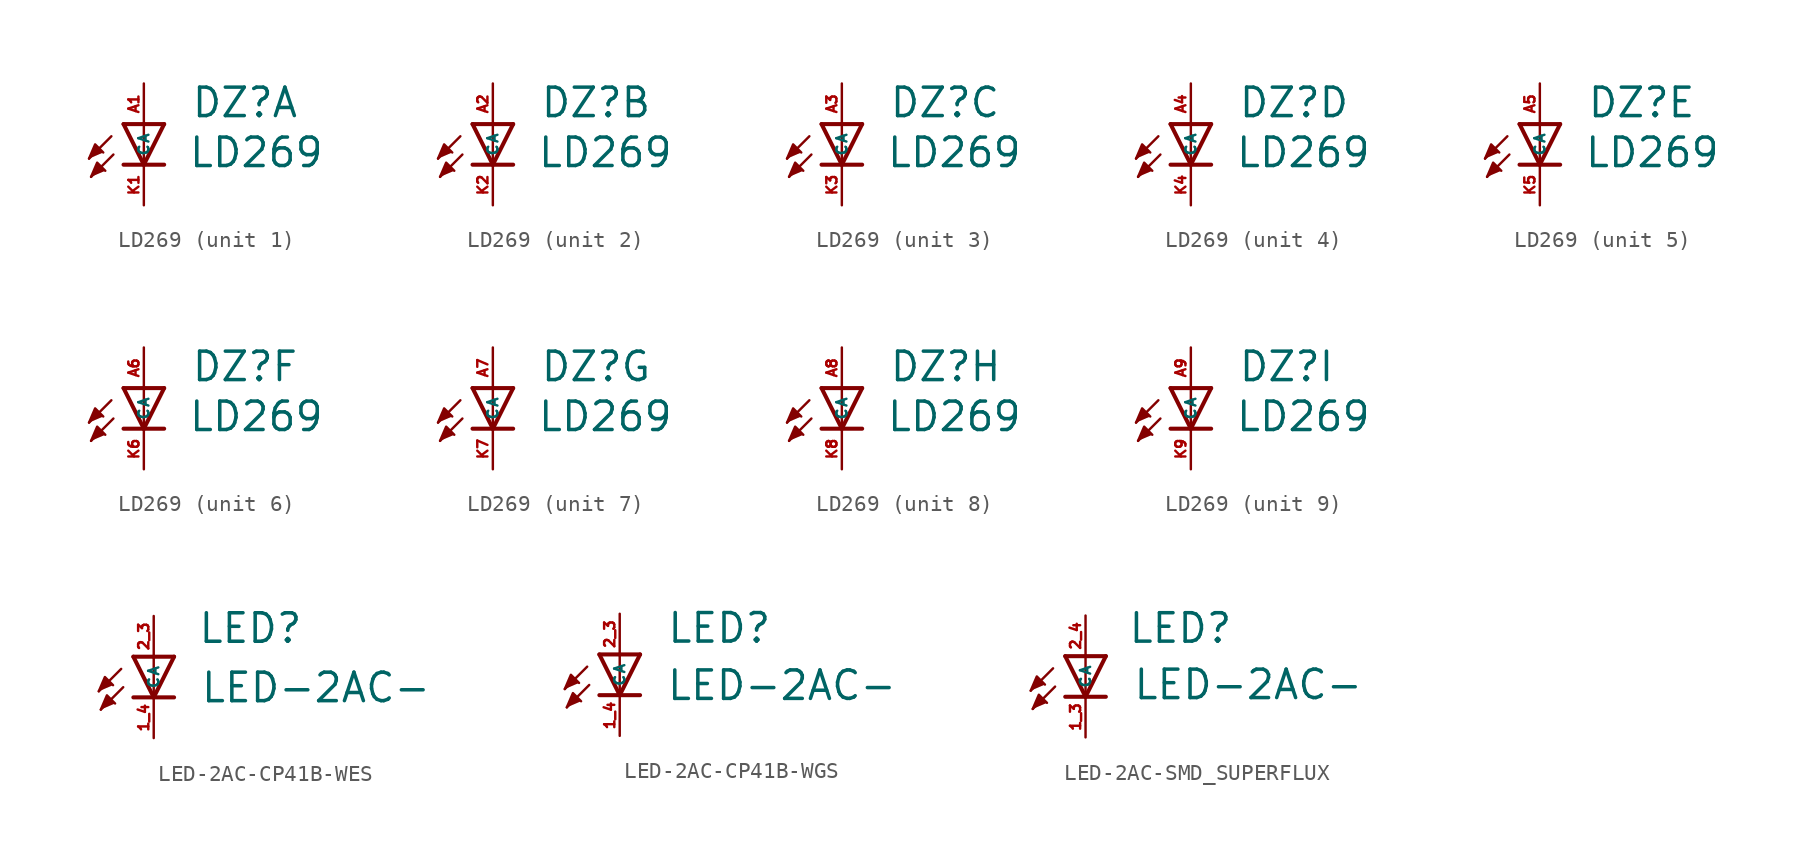
<source format=kicad_sym>
(kicad_symbol_lib
  (version 20220914)
  (generator kicad_symbol_editor)
  (symbol "LD269"
    (property "Reference" "DZ"
      (at 2.921 0.305 0)
      (effects (font (size 1.778 1.778) (thickness 0.22)) (justify left bottom)))
    (property "Value" "LD269"
      (at 2.743 -2.819 0)
      (effects (font (size 1.778 1.778) (thickness 0.22)) (justify left bottom)))
    (symbol "LD269_1_0"
      (polyline (pts (xy -2.032 -0.762) (xy -3.429 -2.159)) (stroke (width 0.152) (type default)) (fill (type none)))
      (polyline (pts (xy -1.905 -1.905) (xy -3.302 -3.302)) (stroke (width 0.152) (type default)) (fill (type none)))
      (polyline (pts (xy 0 -2.54) (xy -1.27 -2.54)) (stroke (width 0.254) (type default)) (fill (type none)))
      (polyline (pts (xy 0 -2.54) (xy -1.27 0)) (stroke (width 0.254) (type default)) (fill (type none)))
      (polyline (pts (xy 0 0) (xy -1.27 0)) (stroke (width 0.254) (type default)) (fill (type none)))
      (polyline (pts (xy 0 0) (xy 0 -2.54)) (stroke (width 0.152) (type default)) (fill (type none)))
      (polyline (pts (xy 1.27 -2.54) (xy 0 -2.54)) (stroke (width 0.254) (type default)) (fill (type none)))
      (polyline (pts (xy 1.27 0) (xy 0 -2.54)) (stroke (width 0.254) (type default)) (fill (type none)))
      (polyline (pts (xy 1.27 0) (xy 0 0)) (stroke (width 0.254) (type default)) (fill (type none)))
      (polyline (pts (xy -3.429 -2.159) (xy -3.048 -1.27) (xy -2.54 -1.778)) (stroke (width 0.152) (type default)) (fill (type outline)))
      (polyline (pts (xy -3.302 -3.302) (xy -2.921 -2.413) (xy -2.413 -2.921)) (stroke (width 0.152) (type default)) (fill (type outline)))
      (pin passive line (at 0 2.54 270) (length 2.54) (name "A" (effects (font (size 0.635 0.635)))) (number "A1" (effects (font (size 0.635 0.635)))))
      (pin passive line (at 0 -5.08 90) (length 2.54) (name "C" (effects (font (size 0.635 0.635)))) (number "K1" (effects (font (size 0.635 0.635))))))
    (symbol "LD269_2_0"
      (polyline (pts (xy -2.032 -0.762) (xy -3.429 -2.159)) (stroke (width 0.152) (type default)) (fill (type none)))
      (polyline (pts (xy -1.905 -1.905) (xy -3.302 -3.302)) (stroke (width 0.152) (type default)) (fill (type none)))
      (polyline (pts (xy 0 -2.54) (xy -1.27 -2.54)) (stroke (width 0.254) (type default)) (fill (type none)))
      (polyline (pts (xy 0 -2.54) (xy -1.27 0)) (stroke (width 0.254) (type default)) (fill (type none)))
      (polyline (pts (xy 0 0) (xy -1.27 0)) (stroke (width 0.254) (type default)) (fill (type none)))
      (polyline (pts (xy 0 0) (xy 0 -2.54)) (stroke (width 0.152) (type default)) (fill (type none)))
      (polyline (pts (xy 1.27 -2.54) (xy 0 -2.54)) (stroke (width 0.254) (type default)) (fill (type none)))
      (polyline (pts (xy 1.27 0) (xy 0 -2.54)) (stroke (width 0.254) (type default)) (fill (type none)))
      (polyline (pts (xy 1.27 0) (xy 0 0)) (stroke (width 0.254) (type default)) (fill (type none)))
      (polyline (pts (xy -3.429 -2.159) (xy -3.048 -1.27) (xy -2.54 -1.778)) (stroke (width 0.152) (type default)) (fill (type outline)))
      (polyline (pts (xy -3.302 -3.302) (xy -2.921 -2.413) (xy -2.413 -2.921)) (stroke (width 0.152) (type default)) (fill (type outline)))
      (pin passive line (at 0 2.54 270) (length 2.54) (name "A" (effects (font (size 0.635 0.635)))) (number "A2" (effects (font (size 0.635 0.635)))))
      (pin passive line (at 0 -5.08 90) (length 2.54) (name "C" (effects (font (size 0.635 0.635)))) (number "K2" (effects (font (size 0.635 0.635))))))
    (symbol "LD269_3_0"
      (polyline (pts (xy -2.032 -0.762) (xy -3.429 -2.159)) (stroke (width 0.152) (type default)) (fill (type none)))
      (polyline (pts (xy -1.905 -1.905) (xy -3.302 -3.302)) (stroke (width 0.152) (type default)) (fill (type none)))
      (polyline (pts (xy 0 -2.54) (xy -1.27 -2.54)) (stroke (width 0.254) (type default)) (fill (type none)))
      (polyline (pts (xy 0 -2.54) (xy -1.27 0)) (stroke (width 0.254) (type default)) (fill (type none)))
      (polyline (pts (xy 0 0) (xy -1.27 0)) (stroke (width 0.254) (type default)) (fill (type none)))
      (polyline (pts (xy 0 0) (xy 0 -2.54)) (stroke (width 0.152) (type default)) (fill (type none)))
      (polyline (pts (xy 1.27 -2.54) (xy 0 -2.54)) (stroke (width 0.254) (type default)) (fill (type none)))
      (polyline (pts (xy 1.27 0) (xy 0 -2.54)) (stroke (width 0.254) (type default)) (fill (type none)))
      (polyline (pts (xy 1.27 0) (xy 0 0)) (stroke (width 0.254) (type default)) (fill (type none)))
      (polyline (pts (xy -3.429 -2.159) (xy -3.048 -1.27) (xy -2.54 -1.778)) (stroke (width 0.152) (type default)) (fill (type outline)))
      (polyline (pts (xy -3.302 -3.302) (xy -2.921 -2.413) (xy -2.413 -2.921)) (stroke (width 0.152) (type default)) (fill (type outline)))
      (pin passive line (at 0 2.54 270) (length 2.54) (name "A" (effects (font (size 0.635 0.635)))) (number "A3" (effects (font (size 0.635 0.635)))))
      (pin passive line (at 0 -5.08 90) (length 2.54) (name "C" (effects (font (size 0.635 0.635)))) (number "K3" (effects (font (size 0.635 0.635))))))
    (symbol "LD269_4_0"
      (polyline (pts (xy -2.032 -0.762) (xy -3.429 -2.159)) (stroke (width 0.152) (type default)) (fill (type none)))
      (polyline (pts (xy -1.905 -1.905) (xy -3.302 -3.302)) (stroke (width 0.152) (type default)) (fill (type none)))
      (polyline (pts (xy 0 -2.54) (xy -1.27 -2.54)) (stroke (width 0.254) (type default)) (fill (type none)))
      (polyline (pts (xy 0 -2.54) (xy -1.27 0)) (stroke (width 0.254) (type default)) (fill (type none)))
      (polyline (pts (xy 0 0) (xy -1.27 0)) (stroke (width 0.254) (type default)) (fill (type none)))
      (polyline (pts (xy 0 0) (xy 0 -2.54)) (stroke (width 0.152) (type default)) (fill (type none)))
      (polyline (pts (xy 1.27 -2.54) (xy 0 -2.54)) (stroke (width 0.254) (type default)) (fill (type none)))
      (polyline (pts (xy 1.27 0) (xy 0 -2.54)) (stroke (width 0.254) (type default)) (fill (type none)))
      (polyline (pts (xy 1.27 0) (xy 0 0)) (stroke (width 0.254) (type default)) (fill (type none)))
      (polyline (pts (xy -3.429 -2.159) (xy -3.048 -1.27) (xy -2.54 -1.778)) (stroke (width 0.152) (type default)) (fill (type outline)))
      (polyline (pts (xy -3.302 -3.302) (xy -2.921 -2.413) (xy -2.413 -2.921)) (stroke (width 0.152) (type default)) (fill (type outline)))
      (pin passive line (at 0 2.54 270) (length 2.54) (name "A" (effects (font (size 0.635 0.635)))) (number "A4" (effects (font (size 0.635 0.635)))))
      (pin passive line (at 0 -5.08 90) (length 2.54) (name "C" (effects (font (size 0.635 0.635)))) (number "K4" (effects (font (size 0.635 0.635))))))
    (symbol "LD269_5_0"
      (polyline (pts (xy -2.032 -0.762) (xy -3.429 -2.159)) (stroke (width 0.152) (type default)) (fill (type none)))
      (polyline (pts (xy -1.905 -1.905) (xy -3.302 -3.302)) (stroke (width 0.152) (type default)) (fill (type none)))
      (polyline (pts (xy 0 -2.54) (xy -1.27 -2.54)) (stroke (width 0.254) (type default)) (fill (type none)))
      (polyline (pts (xy 0 -2.54) (xy -1.27 0)) (stroke (width 0.254) (type default)) (fill (type none)))
      (polyline (pts (xy 0 0) (xy -1.27 0)) (stroke (width 0.254) (type default)) (fill (type none)))
      (polyline (pts (xy 0 0) (xy 0 -2.54)) (stroke (width 0.152) (type default)) (fill (type none)))
      (polyline (pts (xy 1.27 -2.54) (xy 0 -2.54)) (stroke (width 0.254) (type default)) (fill (type none)))
      (polyline (pts (xy 1.27 0) (xy 0 -2.54)) (stroke (width 0.254) (type default)) (fill (type none)))
      (polyline (pts (xy 1.27 0) (xy 0 0)) (stroke (width 0.254) (type default)) (fill (type none)))
      (polyline (pts (xy -3.429 -2.159) (xy -3.048 -1.27) (xy -2.54 -1.778)) (stroke (width 0.152) (type default)) (fill (type outline)))
      (polyline (pts (xy -3.302 -3.302) (xy -2.921 -2.413) (xy -2.413 -2.921)) (stroke (width 0.152) (type default)) (fill (type outline)))
      (pin passive line (at 0 2.54 270) (length 2.54) (name "A" (effects (font (size 0.635 0.635)))) (number "A5" (effects (font (size 0.635 0.635)))))
      (pin passive line (at 0 -5.08 90) (length 2.54) (name "C" (effects (font (size 0.635 0.635)))) (number "K5" (effects (font (size 0.635 0.635))))))
    (symbol "LD269_6_0"
      (polyline (pts (xy -2.032 -0.762) (xy -3.429 -2.159)) (stroke (width 0.152) (type default)) (fill (type none)))
      (polyline (pts (xy -1.905 -1.905) (xy -3.302 -3.302)) (stroke (width 0.152) (type default)) (fill (type none)))
      (polyline (pts (xy 0 -2.54) (xy -1.27 -2.54)) (stroke (width 0.254) (type default)) (fill (type none)))
      (polyline (pts (xy 0 -2.54) (xy -1.27 0)) (stroke (width 0.254) (type default)) (fill (type none)))
      (polyline (pts (xy 0 0) (xy -1.27 0)) (stroke (width 0.254) (type default)) (fill (type none)))
      (polyline (pts (xy 0 0) (xy 0 -2.54)) (stroke (width 0.152) (type default)) (fill (type none)))
      (polyline (pts (xy 1.27 -2.54) (xy 0 -2.54)) (stroke (width 0.254) (type default)) (fill (type none)))
      (polyline (pts (xy 1.27 0) (xy 0 -2.54)) (stroke (width 0.254) (type default)) (fill (type none)))
      (polyline (pts (xy 1.27 0) (xy 0 0)) (stroke (width 0.254) (type default)) (fill (type none)))
      (polyline (pts (xy -3.429 -2.159) (xy -3.048 -1.27) (xy -2.54 -1.778)) (stroke (width 0.152) (type default)) (fill (type outline)))
      (polyline (pts (xy -3.302 -3.302) (xy -2.921 -2.413) (xy -2.413 -2.921)) (stroke (width 0.152) (type default)) (fill (type outline)))
      (pin passive line (at 0 2.54 270) (length 2.54) (name "A" (effects (font (size 0.635 0.635)))) (number "A6" (effects (font (size 0.635 0.635)))))
      (pin passive line (at 0 -5.08 90) (length 2.54) (name "C" (effects (font (size 0.635 0.635)))) (number "K6" (effects (font (size 0.635 0.635))))))
    (symbol "LD269_7_0"
      (polyline (pts (xy -2.032 -0.762) (xy -3.429 -2.159)) (stroke (width 0.152) (type default)) (fill (type none)))
      (polyline (pts (xy -1.905 -1.905) (xy -3.302 -3.302)) (stroke (width 0.152) (type default)) (fill (type none)))
      (polyline (pts (xy 0 -2.54) (xy -1.27 -2.54)) (stroke (width 0.254) (type default)) (fill (type none)))
      (polyline (pts (xy 0 -2.54) (xy -1.27 0)) (stroke (width 0.254) (type default)) (fill (type none)))
      (polyline (pts (xy 0 0) (xy -1.27 0)) (stroke (width 0.254) (type default)) (fill (type none)))
      (polyline (pts (xy 0 0) (xy 0 -2.54)) (stroke (width 0.152) (type default)) (fill (type none)))
      (polyline (pts (xy 1.27 -2.54) (xy 0 -2.54)) (stroke (width 0.254) (type default)) (fill (type none)))
      (polyline (pts (xy 1.27 0) (xy 0 -2.54)) (stroke (width 0.254) (type default)) (fill (type none)))
      (polyline (pts (xy 1.27 0) (xy 0 0)) (stroke (width 0.254) (type default)) (fill (type none)))
      (polyline (pts (xy -3.429 -2.159) (xy -3.048 -1.27) (xy -2.54 -1.778)) (stroke (width 0.152) (type default)) (fill (type outline)))
      (polyline (pts (xy -3.302 -3.302) (xy -2.921 -2.413) (xy -2.413 -2.921)) (stroke (width 0.152) (type default)) (fill (type outline)))
      (pin passive line (at 0 2.54 270) (length 2.54) (name "A" (effects (font (size 0.635 0.635)))) (number "A7" (effects (font (size 0.635 0.635)))))
      (pin passive line (at 0 -5.08 90) (length 2.54) (name "C" (effects (font (size 0.635 0.635)))) (number "K7" (effects (font (size 0.635 0.635))))))
    (symbol "LD269_8_0"
      (polyline (pts (xy -2.032 -0.762) (xy -3.429 -2.159)) (stroke (width 0.152) (type default)) (fill (type none)))
      (polyline (pts (xy -1.905 -1.905) (xy -3.302 -3.302)) (stroke (width 0.152) (type default)) (fill (type none)))
      (polyline (pts (xy 0 -2.54) (xy -1.27 -2.54)) (stroke (width 0.254) (type default)) (fill (type none)))
      (polyline (pts (xy 0 -2.54) (xy -1.27 0)) (stroke (width 0.254) (type default)) (fill (type none)))
      (polyline (pts (xy 0 0) (xy -1.27 0)) (stroke (width 0.254) (type default)) (fill (type none)))
      (polyline (pts (xy 0 0) (xy 0 -2.54)) (stroke (width 0.152) (type default)) (fill (type none)))
      (polyline (pts (xy 1.27 -2.54) (xy 0 -2.54)) (stroke (width 0.254) (type default)) (fill (type none)))
      (polyline (pts (xy 1.27 0) (xy 0 -2.54)) (stroke (width 0.254) (type default)) (fill (type none)))
      (polyline (pts (xy 1.27 0) (xy 0 0)) (stroke (width 0.254) (type default)) (fill (type none)))
      (polyline (pts (xy -3.429 -2.159) (xy -3.048 -1.27) (xy -2.54 -1.778)) (stroke (width 0.152) (type default)) (fill (type outline)))
      (polyline (pts (xy -3.302 -3.302) (xy -2.921 -2.413) (xy -2.413 -2.921)) (stroke (width 0.152) (type default)) (fill (type outline)))
      (pin passive line (at 0 2.54 270) (length 2.54) (name "A" (effects (font (size 0.635 0.635)))) (number "A8" (effects (font (size 0.635 0.635)))))
      (pin passive line (at 0 -5.08 90) (length 2.54) (name "C" (effects (font (size 0.635 0.635)))) (number "K8" (effects (font (size 0.635 0.635))))))
    (symbol "LD269_9_0"
      (polyline (pts (xy -2.032 -0.762) (xy -3.429 -2.159)) (stroke (width 0.152) (type default)) (fill (type none)))
      (polyline (pts (xy -1.905 -1.905) (xy -3.302 -3.302)) (stroke (width 0.152) (type default)) (fill (type none)))
      (polyline (pts (xy 0 -2.54) (xy -1.27 -2.54)) (stroke (width 0.254) (type default)) (fill (type none)))
      (polyline (pts (xy 0 -2.54) (xy -1.27 0)) (stroke (width 0.254) (type default)) (fill (type none)))
      (polyline (pts (xy 0 0) (xy -1.27 0)) (stroke (width 0.254) (type default)) (fill (type none)))
      (polyline (pts (xy 0 0) (xy 0 -2.54)) (stroke (width 0.152) (type default)) (fill (type none)))
      (polyline (pts (xy 1.27 -2.54) (xy 0 -2.54)) (stroke (width 0.254) (type default)) (fill (type none)))
      (polyline (pts (xy 1.27 0) (xy 0 -2.54)) (stroke (width 0.254) (type default)) (fill (type none)))
      (polyline (pts (xy 1.27 0) (xy 0 0)) (stroke (width 0.254) (type default)) (fill (type none)))
      (polyline (pts (xy -3.429 -2.159) (xy -3.048 -1.27) (xy -2.54 -1.778)) (stroke (width 0.152) (type default)) (fill (type outline)))
      (polyline (pts (xy -3.302 -3.302) (xy -2.921 -2.413) (xy -2.413 -2.921)) (stroke (width 0.152) (type default)) (fill (type outline)))
      (pin passive line (at 0 2.54 270) (length 2.54) (name "A" (effects (font (size 0.635 0.635)))) (number "A9" (effects (font (size 0.635 0.635)))))
      (pin passive line (at 0 -5.08 90) (length 2.54) (name "C" (effects (font (size 0.635 0.635)))) (number "K9" (effects (font (size 0.635 0.635)))))))
  (symbol "LED-2AC-CP41B-WES"
    (property "Reference" "LED"
      (at 2.718 0.737 0)
      (effects (font (size 1.778 1.778) (thickness 0.22)) (justify left bottom)))
    (property "Value" "LED-2AC-"
      (at 2.87 -2.972 0)
      (effects (font (size 1.778 1.778) (thickness 0.22)) (justify left bottom)))
    (symbol "LED-2AC-CP41B-WES_1_1"
      (polyline (pts (xy -2.032 -0.762) (xy -3.429 -2.159)) (stroke (width 0.152) (type default)) (fill (type none)))
      (polyline (pts (xy -1.905 -1.905) (xy -3.302 -3.302)) (stroke (width 0.152) (type default)) (fill (type none)))
      (polyline (pts (xy 0 -2.54) (xy -1.27 -2.54)) (stroke (width 0.254) (type default)) (fill (type none)))
      (polyline (pts (xy 0 -2.54) (xy -1.27 0)) (stroke (width 0.254) (type default)) (fill (type none)))
      (polyline (pts (xy 0 0) (xy -1.27 0)) (stroke (width 0.254) (type default)) (fill (type none)))
      (polyline (pts (xy 0 0) (xy 0 -2.54)) (stroke (width 0.152) (type default)) (fill (type none)))
      (polyline (pts (xy 1.27 -2.54) (xy 0 -2.54)) (stroke (width 0.254) (type default)) (fill (type none)))
      (polyline (pts (xy 1.27 0) (xy 0 -2.54)) (stroke (width 0.254) (type default)) (fill (type none)))
      (polyline (pts (xy 1.27 0) (xy 0 0)) (stroke (width 0.254) (type default)) (fill (type none)))
      (polyline (pts (xy -3.429 -2.159) (xy -3.048 -1.27) (xy -2.54 -1.778)) (stroke (width 0.152) (type default)) (fill (type outline)))
      (polyline (pts (xy -3.302 -3.302) (xy -2.921 -2.413) (xy -2.413 -2.921)) (stroke (width 0.152) (type default)) (fill (type outline)))
      (pin passive line (at 0 -5.08 90) (length 2.54) (name "C" (effects (font (size 0.635 0.635)))) (number "1_4" (effects (font (size 0.635 0.635)))))
      (pin passive line (at 0 2.54 270) (length 2.54) (name "A" (effects (font (size 0.635 0.635)))) (number "2_3" (effects (font (size 0.635 0.635)))))))
  (symbol "LED-2AC-CP41B-WGS"
    (property "Reference" "LED"
      (at 2.896 0.61 0)
      (effects (font (size 1.778 1.778) (thickness 0.22)) (justify left bottom)))
    (property "Value" "LED-2AC-"
      (at 2.87 -2.972 0)
      (effects (font (size 1.778 1.778) (thickness 0.22)) (justify left bottom)))
    (symbol "LED-2AC-CP41B-WGS_1_1"
      (polyline (pts (xy -2.032 -0.762) (xy -3.429 -2.159)) (stroke (width 0.152) (type default)) (fill (type none)))
      (polyline (pts (xy -1.905 -1.905) (xy -3.302 -3.302)) (stroke (width 0.152) (type default)) (fill (type none)))
      (polyline (pts (xy 0 -2.54) (xy -1.27 -2.54)) (stroke (width 0.254) (type default)) (fill (type none)))
      (polyline (pts (xy 0 -2.54) (xy -1.27 0)) (stroke (width 0.254) (type default)) (fill (type none)))
      (polyline (pts (xy 0 0) (xy -1.27 0)) (stroke (width 0.254) (type default)) (fill (type none)))
      (polyline (pts (xy 0 0) (xy 0 -2.54)) (stroke (width 0.152) (type default)) (fill (type none)))
      (polyline (pts (xy 1.27 -2.54) (xy 0 -2.54)) (stroke (width 0.254) (type default)) (fill (type none)))
      (polyline (pts (xy 1.27 0) (xy 0 -2.54)) (stroke (width 0.254) (type default)) (fill (type none)))
      (polyline (pts (xy 1.27 0) (xy 0 0)) (stroke (width 0.254) (type default)) (fill (type none)))
      (polyline (pts (xy -3.429 -2.159) (xy -3.048 -1.27) (xy -2.54 -1.778)) (stroke (width 0.152) (type default)) (fill (type outline)))
      (polyline (pts (xy -3.302 -3.302) (xy -2.921 -2.413) (xy -2.413 -2.921)) (stroke (width 0.152) (type default)) (fill (type outline)))
      (pin passive line (at 0 -5.08 90) (length 2.54) (name "C" (effects (font (size 0.635 0.635)))) (number "1_4" (effects (font (size 0.635 0.635)))))
      (pin passive line (at 0 2.54 270) (length 2.54) (name "A" (effects (font (size 0.635 0.635)))) (number "2_3" (effects (font (size 0.635 0.635)))))))
  (symbol "LED-2AC-SMD_SUPERFLUX"
    (property "Reference" "LED"
      (at 2.616 0.711 0)
      (effects (font (size 1.778 1.778) (thickness 0.22)) (justify left bottom)))
    (property "Value" "LED-2AC-"
      (at 2.921 -2.819 0)
      (effects (font (size 1.778 1.778) (thickness 0.22)) (justify left bottom)))
    (symbol "LED-2AC-SMD_SUPERFLUX_1_1"
      (polyline (pts (xy -2.032 -0.762) (xy -3.429 -2.159)) (stroke (width 0.152) (type default)) (fill (type none)))
      (polyline (pts (xy -1.905 -1.905) (xy -3.302 -3.302)) (stroke (width 0.152) (type default)) (fill (type none)))
      (polyline (pts (xy 0 -2.54) (xy -1.27 -2.54)) (stroke (width 0.254) (type default)) (fill (type none)))
      (polyline (pts (xy 0 -2.54) (xy -1.27 0)) (stroke (width 0.254) (type default)) (fill (type none)))
      (polyline (pts (xy 0 0) (xy -1.27 0)) (stroke (width 0.254) (type default)) (fill (type none)))
      (polyline (pts (xy 0 0) (xy 0 -2.54)) (stroke (width 0.152) (type default)) (fill (type none)))
      (polyline (pts (xy 1.27 -2.54) (xy 0 -2.54)) (stroke (width 0.254) (type default)) (fill (type none)))
      (polyline (pts (xy 1.27 0) (xy 0 -2.54)) (stroke (width 0.254) (type default)) (fill (type none)))
      (polyline (pts (xy 1.27 0) (xy 0 0)) (stroke (width 0.254) (type default)) (fill (type none)))
      (polyline (pts (xy -3.429 -2.159) (xy -3.048 -1.27) (xy -2.54 -1.778)) (stroke (width 0.152) (type default)) (fill (type outline)))
      (polyline (pts (xy -3.302 -3.302) (xy -2.921 -2.413) (xy -2.413 -2.921)) (stroke (width 0.152) (type default)) (fill (type outline)))
      (pin passive line (at 0 -5.08 90) (length 2.54) (name "C" (effects (font (size 0.635 0.635)))) (number "1_3" (effects (font (size 0.635 0.635)))))
      (pin passive line (at 0 2.54 270) (length 2.54) (name "A" (effects (font (size 0.635 0.635)))) (number "2_4" (effects (font (size 0.635 0.635))))))))
</source>
